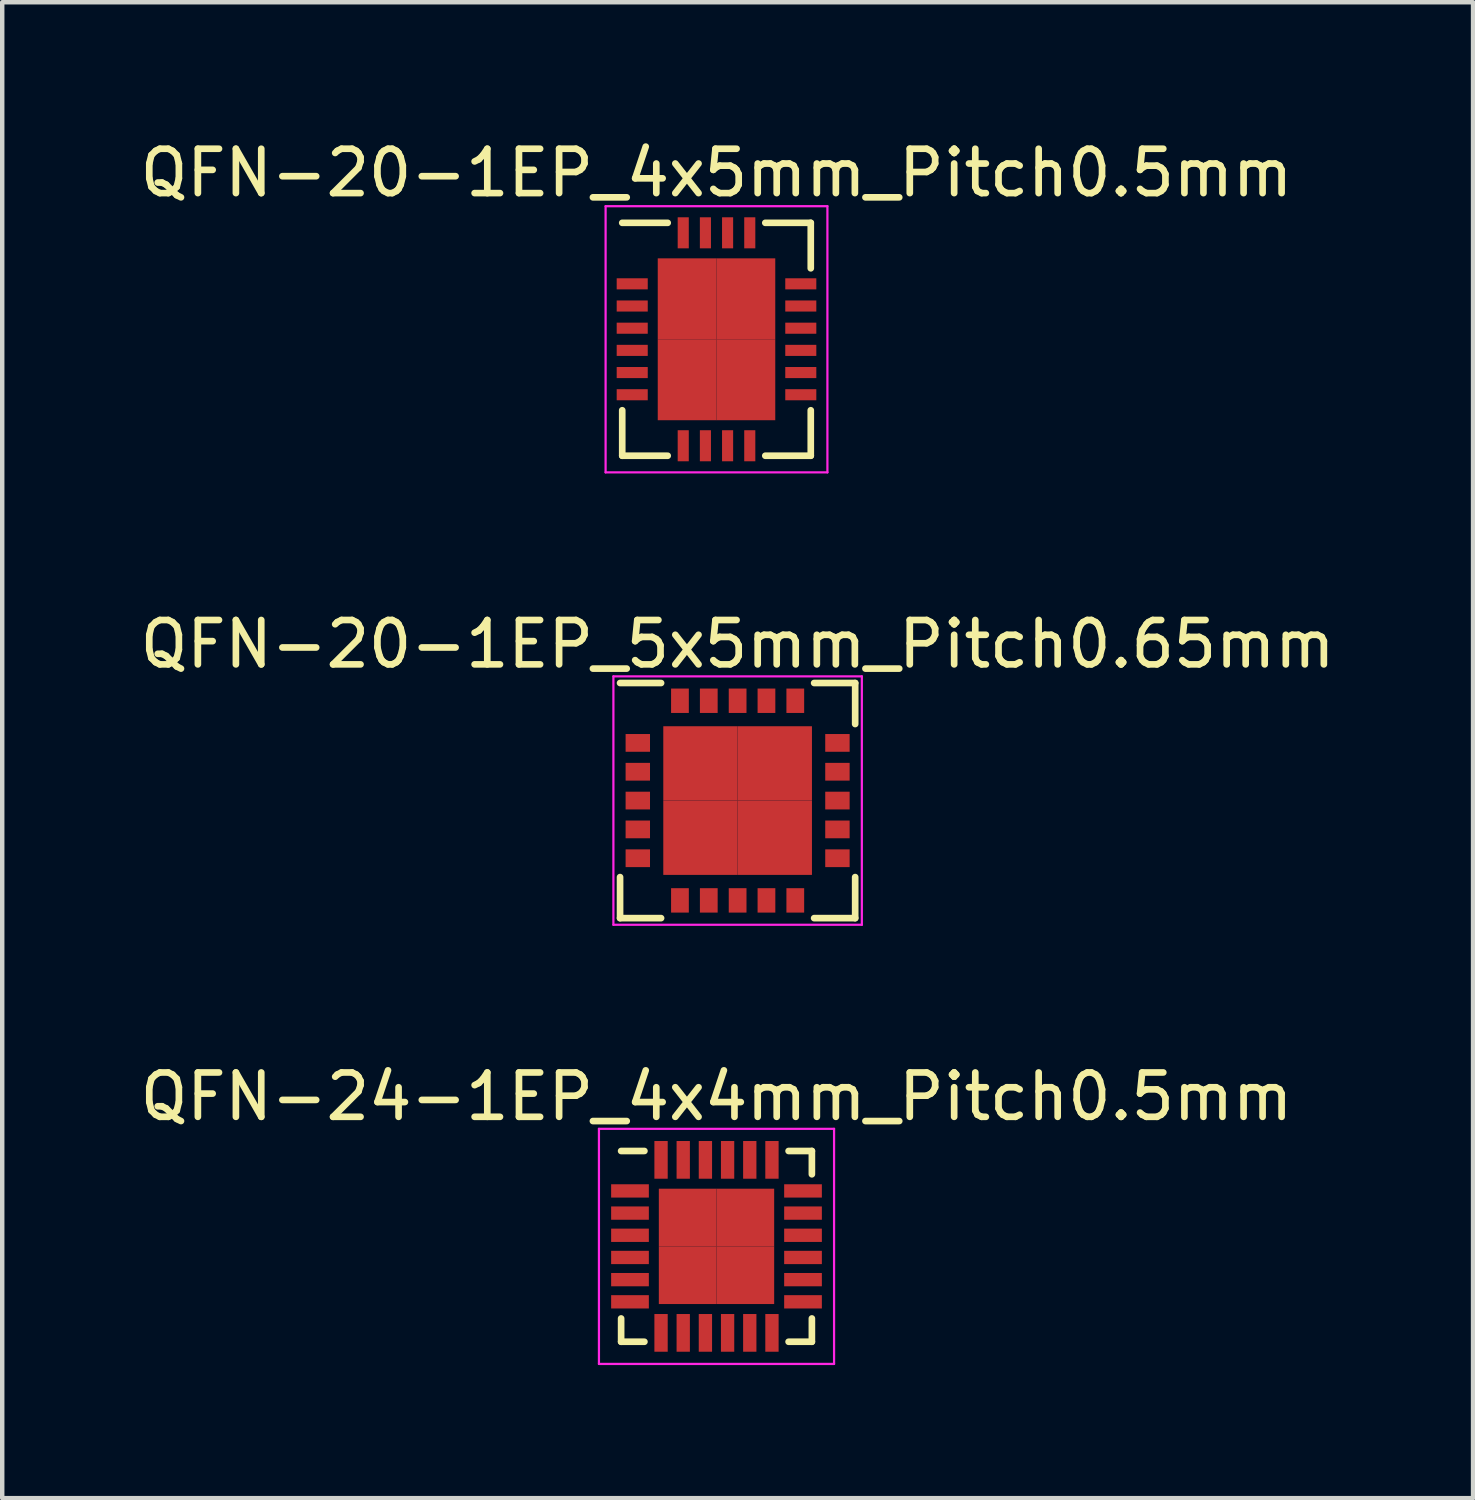
<source format=kicad_pcb>
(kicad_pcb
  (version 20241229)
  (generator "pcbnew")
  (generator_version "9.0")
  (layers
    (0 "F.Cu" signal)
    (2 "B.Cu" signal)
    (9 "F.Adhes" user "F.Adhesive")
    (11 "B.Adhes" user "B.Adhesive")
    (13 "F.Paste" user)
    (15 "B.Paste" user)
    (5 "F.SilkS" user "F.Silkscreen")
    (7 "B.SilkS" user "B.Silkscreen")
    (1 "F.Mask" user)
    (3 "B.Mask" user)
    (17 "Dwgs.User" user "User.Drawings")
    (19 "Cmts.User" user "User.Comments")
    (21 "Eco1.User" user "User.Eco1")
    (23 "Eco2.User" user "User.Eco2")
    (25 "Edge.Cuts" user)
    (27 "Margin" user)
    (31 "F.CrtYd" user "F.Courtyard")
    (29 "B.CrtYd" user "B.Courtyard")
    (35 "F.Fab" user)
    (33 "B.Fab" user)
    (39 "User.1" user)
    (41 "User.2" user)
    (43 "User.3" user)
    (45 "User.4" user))
  (footprint "QFN-24-1EP_4x4mm_Pitch0.5mm"
    (layer "F.Cu")
    (at 13.101 25.045)
    (property "Reference" "QFN-24-1EP_4x4mm_Pitch0.5mm" (at 0 -3.375 0) (layer "F.SilkS") (effects (font (size 1 1) (thickness 0.15))))
    (attr smd)
    (fp_line (start -2.15 -2.15) (end -1.625 -2.15) (stroke (width 0.15) (type solid)) (layer "F.SilkS"))
    (fp_line (start -2.15 2.15) (end -2.15 1.625) (stroke (width 0.15) (type solid)) (layer "F.SilkS"))
    (fp_line (start -2.15 2.15) (end -1.625 2.15) (stroke (width 0.15) (type solid)) (layer "F.SilkS"))
    (fp_line (start 2.15 -2.15) (end 1.625 -2.15) (stroke (width 0.15) (type solid)) (layer "F.SilkS"))
    (fp_line (start 2.15 -2.15) (end 2.15 -1.625) (stroke (width 0.15) (type solid)) (layer "F.SilkS"))
    (fp_line (start 2.15 2.15) (end 1.625 2.15) (stroke (width 0.15) (type solid)) (layer "F.SilkS"))
    (fp_line (start 2.15 2.15) (end 2.15 1.625) (stroke (width 0.15) (type solid)) (layer "F.SilkS"))
    (fp_line (start -2.65 -2.65) (end -2.65 2.65) (stroke (width 0.05) (type solid)) (layer "F.CrtYd"))
    (fp_line (start -2.65 -2.65) (end 2.65 -2.65) (stroke (width 0.05) (type solid)) (layer "F.CrtYd"))
    (fp_line (start -2.65 2.65) (end 2.65 2.65) (stroke (width 0.05) (type solid)) (layer "F.CrtYd"))
    (fp_line (start 2.65 -2.65) (end 2.65 2.65) (stroke (width 0.05) (type solid)) (layer "F.CrtYd"))
    (pad "1" smd rect (at -1.95 -1.25) (size 0.85 0.3) (layers "F.Cu" "F.Mask" "F.Paste"))
    (pad "2" smd rect (at -1.95 -0.75) (size 0.85 0.3) (layers "F.Cu" "F.Mask" "F.Paste"))
    (pad "3" smd rect (at -1.95 -0.25) (size 0.85 0.3) (layers "F.Cu" "F.Mask" "F.Paste"))
    (pad "4" smd rect (at -1.95 0.25) (size 0.85 0.3) (layers "F.Cu" "F.Mask" "F.Paste"))
    (pad "5" smd rect (at -1.95 0.75) (size 0.85 0.3) (layers "F.Cu" "F.Mask" "F.Paste"))
    (pad "6" smd rect (at -1.95 1.25) (size 0.85 0.3) (layers "F.Cu" "F.Mask" "F.Paste"))
    (pad "7" smd rect (at -1.25 1.95 90) (size 0.85 0.3) (layers "F.Cu" "F.Mask" "F.Paste"))
    (pad "8" smd rect (at -0.75 1.95 90) (size 0.85 0.3) (layers "F.Cu" "F.Mask" "F.Paste"))
    (pad "9" smd rect (at -0.25 1.95 90) (size 0.85 0.3) (layers "F.Cu" "F.Mask" "F.Paste"))
    (pad "10" smd rect (at 0.25 1.95 90) (size 0.85 0.3) (layers "F.Cu" "F.Mask" "F.Paste"))
    (pad "11" smd rect (at 0.75 1.95 90) (size 0.85 0.3) (layers "F.Cu" "F.Mask" "F.Paste"))
    (pad "12" smd rect (at 1.25 1.95 90) (size 0.85 0.3) (layers "F.Cu" "F.Mask" "F.Paste"))
    (pad "13" smd rect (at 1.95 1.25) (size 0.85 0.3) (layers "F.Cu" "F.Mask" "F.Paste"))
    (pad "14" smd rect (at 1.95 0.75) (size 0.85 0.3) (layers "F.Cu" "F.Mask" "F.Paste"))
    (pad "15" smd rect (at 1.95 0.25) (size 0.85 0.3) (layers "F.Cu" "F.Mask" "F.Paste"))
    (pad "16" smd rect (at 1.95 -0.25) (size 0.85 0.3) (layers "F.Cu" "F.Mask" "F.Paste"))
    (pad "17" smd rect (at 1.95 -0.75) (size 0.85 0.3) (layers "F.Cu" "F.Mask" "F.Paste"))
    (pad "18" smd rect (at 1.95 -1.25) (size 0.85 0.3) (layers "F.Cu" "F.Mask" "F.Paste"))
    (pad "19" smd rect (at 1.25 -1.95 90) (size 0.85 0.3) (layers "F.Cu" "F.Mask" "F.Paste"))
    (pad "20" smd rect (at 0.75 -1.95 90) (size 0.85 0.3) (layers "F.Cu" "F.Mask" "F.Paste"))
    (pad "21" smd rect (at 0.25 -1.95 90) (size 0.85 0.3) (layers "F.Cu" "F.Mask" "F.Paste"))
    (pad "22" smd rect (at -0.25 -1.95 90) (size 0.85 0.3) (layers "F.Cu" "F.Mask" "F.Paste"))
    (pad "23" smd rect (at -0.75 -1.95 90) (size 0.85 0.3) (layers "F.Cu" "F.Mask" "F.Paste"))
    (pad "24" smd rect (at -1.25 -1.95 90) (size 0.85 0.3) (layers "F.Cu" "F.Mask" "F.Paste"))
    (pad "25" smd rect (at -0.65 -0.65) (size 1.3 1.3) (layers "F.Cu" "F.Mask" "F.Paste"))
    (pad "25" smd rect (at -0.65 0.65) (size 1.3 1.3) (layers "F.Cu" "F.Mask" "F.Paste"))
    (pad "25" smd rect (at 0.65 -0.65) (size 1.3 1.3) (layers "F.Cu" "F.Mask" "F.Paste"))
    (pad "25" smd rect (at 0.65 0.65) (size 1.3 1.3) (layers "F.Cu" "F.Mask" "F.Paste")))
  (footprint "QFN-20-1EP_5x5mm_Pitch0.65mm"
    (layer "F.Cu")
    (at 13.577 14.996)
    (property "Reference" "QFN-20-1EP_5x5mm_Pitch0.65mm" (at 0 -3.525 0) (layer "F.SilkS") (effects (font (size 1 1) (thickness 0.15))))
    (attr smd)
    (fp_line (start -2.65 -2.65) (end -1.725 -2.65) (stroke (width 0.15) (type solid)) (layer "F.SilkS"))
    (fp_line (start -2.65 2.65) (end -2.65 1.725) (stroke (width 0.15) (type solid)) (layer "F.SilkS"))
    (fp_line (start -2.65 2.65) (end -1.725 2.65) (stroke (width 0.15) (type solid)) (layer "F.SilkS"))
    (fp_line (start 2.65 -2.65) (end 1.725 -2.65) (stroke (width 0.15) (type solid)) (layer "F.SilkS"))
    (fp_line (start 2.65 -2.65) (end 2.65 -1.725) (stroke (width 0.15) (type solid)) (layer "F.SilkS"))
    (fp_line (start 2.65 2.65) (end 1.725 2.65) (stroke (width 0.15) (type solid)) (layer "F.SilkS"))
    (fp_line (start 2.65 2.65) (end 2.65 1.725) (stroke (width 0.15) (type solid)) (layer "F.SilkS"))
    (fp_line (start -2.8 -2.8) (end -2.8 2.8) (stroke (width 0.05) (type solid)) (layer "F.CrtYd"))
    (fp_line (start -2.8 -2.8) (end 2.8 -2.8) (stroke (width 0.05) (type solid)) (layer "F.CrtYd"))
    (fp_line (start -2.8 2.8) (end 2.8 2.8) (stroke (width 0.05) (type solid)) (layer "F.CrtYd"))
    (fp_line (start 2.8 -2.8) (end 2.8 2.8) (stroke (width 0.05) (type solid)) (layer "F.CrtYd"))
    (pad "1" smd rect (at -2.25 -1.3) (size 0.55 0.4) (layers "F.Cu" "F.Mask" "F.Paste"))
    (pad "2" smd rect (at -2.25 -0.65) (size 0.55 0.4) (layers "F.Cu" "F.Mask" "F.Paste"))
    (pad "3" smd rect (at -2.25 0) (size 0.55 0.4) (layers "F.Cu" "F.Mask" "F.Paste"))
    (pad "4" smd rect (at -2.25 0.65) (size 0.55 0.4) (layers "F.Cu" "F.Mask" "F.Paste"))
    (pad "5" smd rect (at -2.25 1.3) (size 0.55 0.4) (layers "F.Cu" "F.Mask" "F.Paste"))
    (pad "6" smd rect (at -1.3 2.25 90) (size 0.55 0.4) (layers "F.Cu" "F.Mask" "F.Paste"))
    (pad "7" smd rect (at -0.65 2.25 90) (size 0.55 0.4) (layers "F.Cu" "F.Mask" "F.Paste"))
    (pad "8" smd rect (at 0 2.25 90) (size 0.55 0.4) (layers "F.Cu" "F.Mask" "F.Paste"))
    (pad "9" smd rect (at 0.65 2.25 90) (size 0.55 0.4) (layers "F.Cu" "F.Mask" "F.Paste"))
    (pad "10" smd rect (at 1.3 2.25 90) (size 0.55 0.4) (layers "F.Cu" "F.Mask" "F.Paste"))
    (pad "11" smd rect (at 2.25 1.3) (size 0.55 0.4) (layers "F.Cu" "F.Mask" "F.Paste"))
    (pad "12" smd rect (at 2.25 0.65) (size 0.55 0.4) (layers "F.Cu" "F.Mask" "F.Paste"))
    (pad "13" smd rect (at 2.25 0) (size 0.55 0.4) (layers "F.Cu" "F.Mask" "F.Paste"))
    (pad "14" smd rect (at 2.25 -0.65) (size 0.55 0.4) (layers "F.Cu" "F.Mask" "F.Paste"))
    (pad "15" smd rect (at 2.25 -1.3) (size 0.55 0.4) (layers "F.Cu" "F.Mask" "F.Paste"))
    (pad "16" smd rect (at 1.3 -2.25 90) (size 0.55 0.4) (layers "F.Cu" "F.Mask" "F.Paste"))
    (pad "17" smd rect (at 0.65 -2.25 90) (size 0.55 0.4) (layers "F.Cu" "F.Mask" "F.Paste"))
    (pad "18" smd rect (at 0 -2.25 90) (size 0.55 0.4) (layers "F.Cu" "F.Mask" "F.Paste"))
    (pad "19" smd rect (at -0.65 -2.25 90) (size 0.55 0.4) (layers "F.Cu" "F.Mask" "F.Paste"))
    (pad "20" smd rect (at -1.3 -2.25 90) (size 0.55 0.4) (layers "F.Cu" "F.Mask" "F.Paste"))
    (pad "21" smd rect (at -0.838 -0.838) (size 1.675 1.675) (layers "F.Cu" "F.Mask" "F.Paste"))
    (pad "21" smd rect (at -0.838 0.838) (size 1.675 1.675) (layers "F.Cu" "F.Mask" "F.Paste"))
    (pad "21" smd rect (at 0.838 -0.838) (size 1.675 1.675) (layers "F.Cu" "F.Mask" "F.Paste"))
    (pad "21" smd rect (at 0.838 0.838) (size 1.675 1.675) (layers "F.Cu" "F.Mask" "F.Paste")))
  (footprint "QFN-20-1EP_4x5mm_Pitch0.5mm"
    (layer "F.Cu")
    (at 13.101 4.598)
    (property "Reference" "QFN-20-1EP_4x5mm_Pitch0.5mm" (at 0 -3.75 0) (layer "F.SilkS") (effects (font (size 1 1) (thickness 0.15))))
    (attr smd)
    (fp_line (start -2.125 -2.625) (end -1.1 -2.625) (stroke (width 0.15) (type solid)) (layer "F.SilkS"))
    (fp_line (start -2.125 2.625) (end -2.125 1.6) (stroke (width 0.15) (type solid)) (layer "F.SilkS"))
    (fp_line (start -2.125 2.625) (end -1.1 2.625) (stroke (width 0.15) (type solid)) (layer "F.SilkS"))
    (fp_line (start 2.125 -2.625) (end 1.1 -2.625) (stroke (width 0.15) (type solid)) (layer "F.SilkS"))
    (fp_line (start 2.125 -2.625) (end 2.125 -1.6) (stroke (width 0.15) (type solid)) (layer "F.SilkS"))
    (fp_line (start 2.125 2.625) (end 1.1 2.625) (stroke (width 0.15) (type solid)) (layer "F.SilkS"))
    (fp_line (start 2.125 2.625) (end 2.125 1.6) (stroke (width 0.15) (type solid)) (layer "F.SilkS"))
    (fp_line (start -2.5 -3) (end -2.5 3) (stroke (width 0.05) (type solid)) (layer "F.CrtYd"))
    (fp_line (start -2.5 -3) (end 2.5 -3) (stroke (width 0.05) (type solid)) (layer "F.CrtYd"))
    (fp_line (start -2.5 3) (end 2.5 3) (stroke (width 0.05) (type solid)) (layer "F.CrtYd"))
    (fp_line (start 2.5 -3) (end 2.5 3) (stroke (width 0.05) (type solid)) (layer "F.CrtYd"))
    (pad "1" smd rect (at -1.9 -1.25) (size 0.7 0.25) (layers "F.Cu" "F.Mask" "F.Paste"))
    (pad "2" smd rect (at -1.9 -0.75) (size 0.7 0.25) (layers "F.Cu" "F.Mask" "F.Paste"))
    (pad "3" smd rect (at -1.9 -0.25) (size 0.7 0.25) (layers "F.Cu" "F.Mask" "F.Paste"))
    (pad "4" smd rect (at -1.9 0.25) (size 0.7 0.25) (layers "F.Cu" "F.Mask" "F.Paste"))
    (pad "5" smd rect (at -1.9 0.75) (size 0.7 0.25) (layers "F.Cu" "F.Mask" "F.Paste"))
    (pad "6" smd rect (at -1.9 1.25) (size 0.7 0.25) (layers "F.Cu" "F.Mask" "F.Paste"))
    (pad "7" smd rect (at -0.75 2.4 90) (size 0.7 0.25) (layers "F.Cu" "F.Mask" "F.Paste"))
    (pad "8" smd rect (at -0.25 2.4 90) (size 0.7 0.25) (layers "F.Cu" "F.Mask" "F.Paste"))
    (pad "9" smd rect (at 0.25 2.4 90) (size 0.7 0.25) (layers "F.Cu" "F.Mask" "F.Paste"))
    (pad "10" smd rect (at 0.75 2.4 90) (size 0.7 0.25) (layers "F.Cu" "F.Mask" "F.Paste"))
    (pad "11" smd rect (at 1.9 1.25) (size 0.7 0.25) (layers "F.Cu" "F.Mask" "F.Paste"))
    (pad "12" smd rect (at 1.9 0.75) (size 0.7 0.25) (layers "F.Cu" "F.Mask" "F.Paste"))
    (pad "13" smd rect (at 1.9 0.25) (size 0.7 0.25) (layers "F.Cu" "F.Mask" "F.Paste"))
    (pad "14" smd rect (at 1.9 -0.25) (size 0.7 0.25) (layers "F.Cu" "F.Mask" "F.Paste"))
    (pad "15" smd rect (at 1.9 -0.75) (size 0.7 0.25) (layers "F.Cu" "F.Mask" "F.Paste"))
    (pad "16" smd rect (at 1.9 -1.25) (size 0.7 0.25) (layers "F.Cu" "F.Mask" "F.Paste"))
    (pad "17" smd rect (at 0.75 -2.4 90) (size 0.7 0.25) (layers "F.Cu" "F.Mask" "F.Paste"))
    (pad "18" smd rect (at 0.25 -2.4 90) (size 0.7 0.25) (layers "F.Cu" "F.Mask" "F.Paste"))
    (pad "19" smd rect (at -0.25 -2.4 90) (size 0.7 0.25) (layers "F.Cu" "F.Mask" "F.Paste"))
    (pad "20" smd rect (at -0.75 -2.4 90) (size 0.7 0.25) (layers "F.Cu" "F.Mask" "F.Paste"))
    (pad "21" smd rect (at -0.662 -0.912) (size 1.325 1.825) (layers "F.Cu" "F.Mask" "F.Paste"))
    (pad "21" smd rect (at -0.662 0.912) (size 1.325 1.825) (layers "F.Cu" "F.Mask" "F.Paste"))
    (pad "21" smd rect (at 0.662 -0.912) (size 1.325 1.825) (layers "F.Cu" "F.Mask" "F.Paste"))
    (pad "21" smd rect (at 0.662 0.912) (size 1.325 1.825) (layers "F.Cu" "F.Mask" "F.Paste")))
  (gr_rect
    (start -3 -3)
    (end 30.155 30.72)
    (stroke (width 0.1) (type default))
    (fill no)
    (layer "Edge.Cuts")))
</source>
